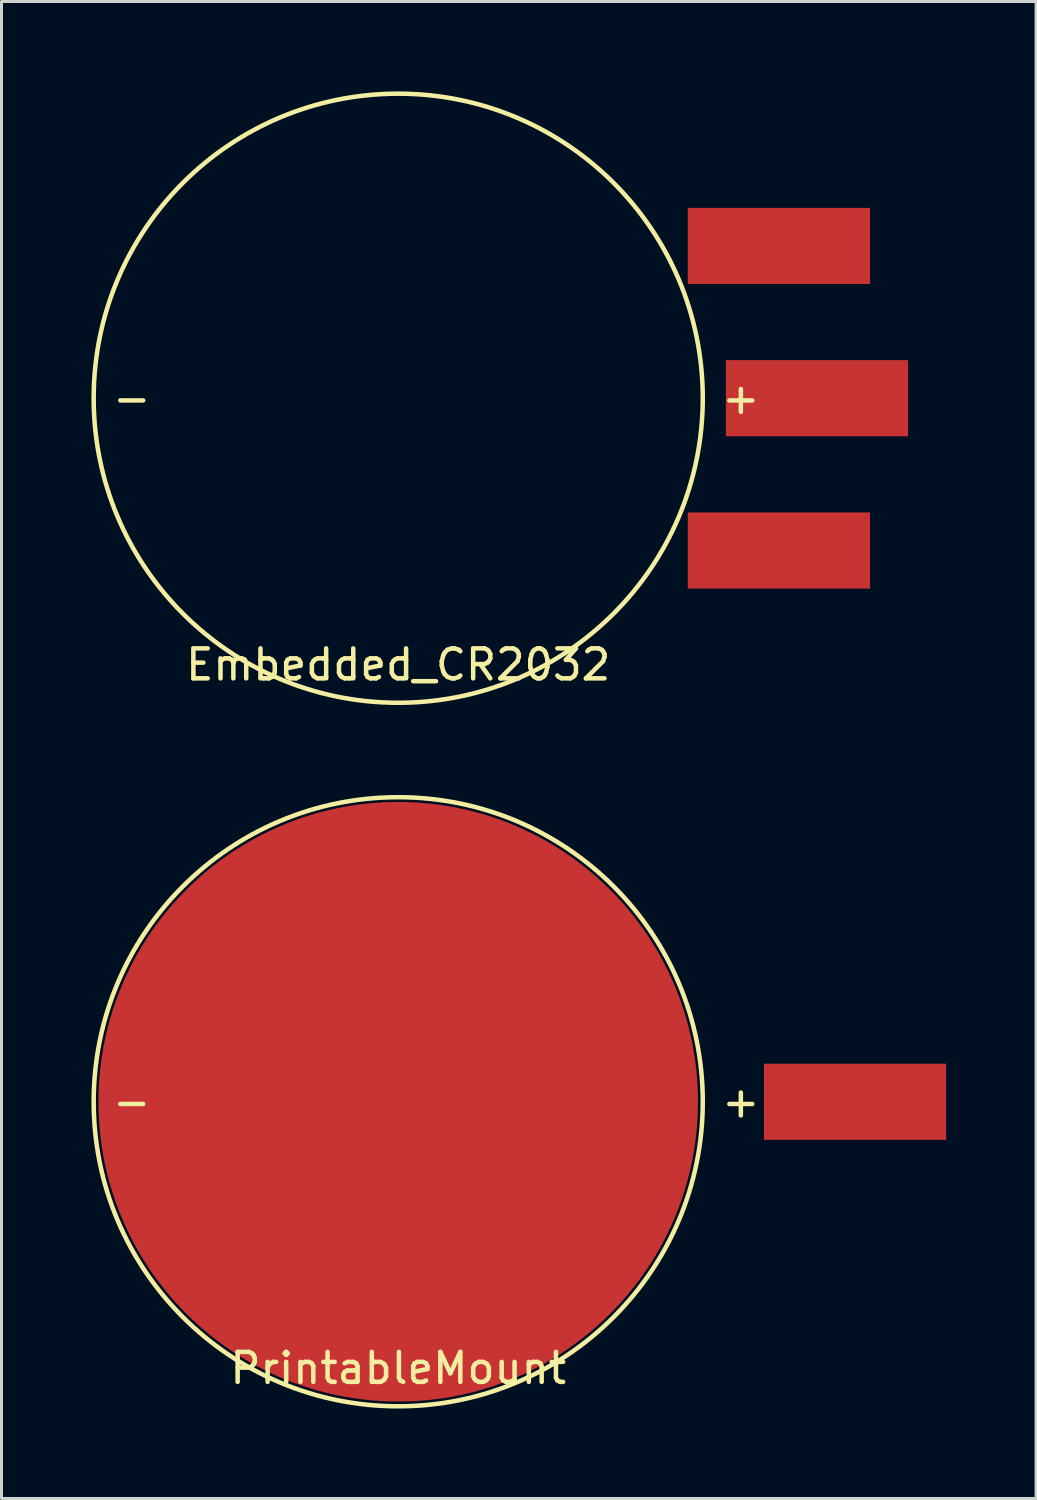
<source format=kicad_pcb>
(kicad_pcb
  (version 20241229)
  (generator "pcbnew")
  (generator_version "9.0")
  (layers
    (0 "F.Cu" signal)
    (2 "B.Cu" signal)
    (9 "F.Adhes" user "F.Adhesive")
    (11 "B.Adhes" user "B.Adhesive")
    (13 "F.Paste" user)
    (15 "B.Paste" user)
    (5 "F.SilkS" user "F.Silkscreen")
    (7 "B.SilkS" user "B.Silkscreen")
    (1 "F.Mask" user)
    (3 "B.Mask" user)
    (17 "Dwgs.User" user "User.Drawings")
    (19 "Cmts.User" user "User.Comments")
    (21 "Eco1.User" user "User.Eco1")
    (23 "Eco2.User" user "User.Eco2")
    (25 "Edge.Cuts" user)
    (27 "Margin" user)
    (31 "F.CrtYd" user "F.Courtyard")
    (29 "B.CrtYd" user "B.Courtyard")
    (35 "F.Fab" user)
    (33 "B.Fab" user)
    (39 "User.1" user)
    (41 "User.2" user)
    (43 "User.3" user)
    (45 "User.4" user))
  (footprint "PrintableMount"
    (layer "F.Cu")
    (at 10.235 33.705)
    (property "Reference" "PrintableMount" (at 0 8.89 0) (layer "F.SilkS") (effects (font (size 1 1) (thickness 0.15))))
    (attr through_hole)
    (fp_circle (center 0 0) (end 10.16 0) (stroke (width 0.15) (type solid)) (fill no) (layer "F.SilkS"))
    (fp_text user "+" (at 11.43 0 0) (layer "F.SilkS") (effects (font (size 1 1) (thickness 0.15))))
    (fp_text user "-" (at -8.89 0 0) (layer "F.SilkS") (effects (font (size 1 1) (thickness 0.15))))
    (pad "1" smd rect (at 15.24 0) (size 6.08 2.54) (layers "F.Cu" "F.Mask" "F.Paste"))
    (pad "2" smd circle (at 0 0) (size 20 20) (layers "F.Cu" "F.Mask" "F.Paste")))
  (footprint "Embedded_CR2032"
    (layer "F.Cu")
    (at 10.235 10.235)
    (property "Reference" "Embedded_CR2032" (at 0 8.89 0) (layer "F.SilkS") (effects (font (size 1 1) (thickness 0.15))))
    (attr through_hole)
    (fp_circle (center 0 0) (end 10.16 0) (stroke (width 0.15) (type solid)) (fill no) (layer "F.SilkS"))
    (fp_text user "+" (at 11.43 0 0) (layer "F.SilkS") (effects (font (size 1 1) (thickness 0.15))))
    (fp_text user "-" (at -8.89 0 0) (layer "F.SilkS") (effects (font (size 1 1) (thickness 0.15))))
    (pad "1" smd rect (at 13.97 0) (size 6.08 2.54) (layers "F.Cu" "F.Mask" "F.Paste"))
    (pad "2" smd rect (at 12.7 -5.08) (size 6.08 2.54) (layers "F.Cu" "F.Mask" "F.Paste"))
    (pad "2" smd rect (at 12.7 5.08) (size 6.08 2.54) (layers "F.Cu" "F.Mask" "F.Paste")))
  (gr_rect
    (start -3 -3)
    (end 31.515 46.94)
    (stroke (width 0.1) (type default))
    (fill no)
    (layer "Edge.Cuts")))
</source>
